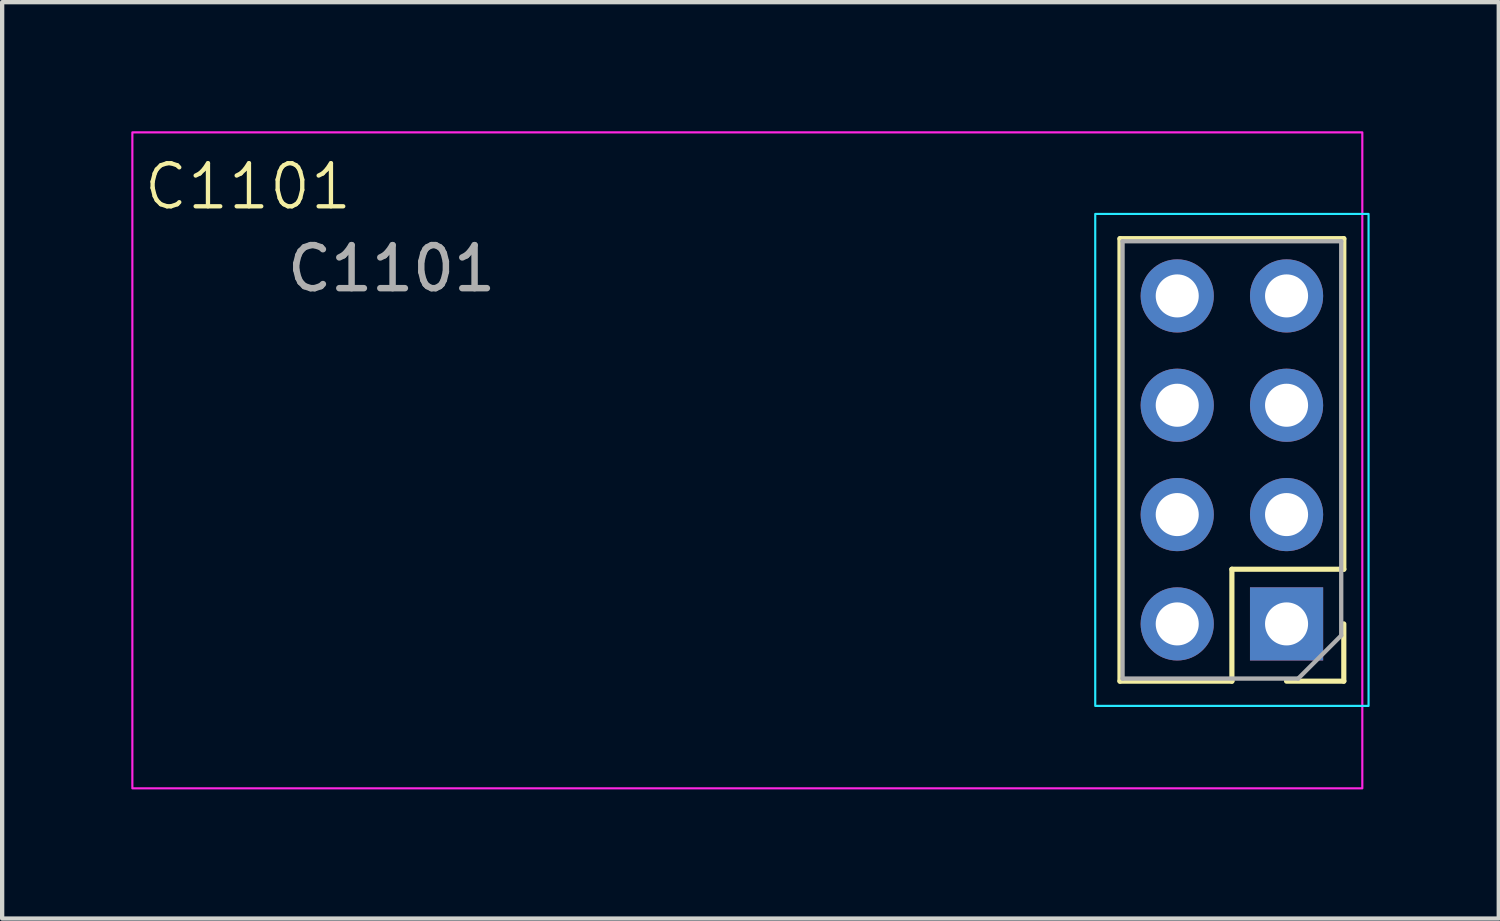
<source format=kicad_pcb>
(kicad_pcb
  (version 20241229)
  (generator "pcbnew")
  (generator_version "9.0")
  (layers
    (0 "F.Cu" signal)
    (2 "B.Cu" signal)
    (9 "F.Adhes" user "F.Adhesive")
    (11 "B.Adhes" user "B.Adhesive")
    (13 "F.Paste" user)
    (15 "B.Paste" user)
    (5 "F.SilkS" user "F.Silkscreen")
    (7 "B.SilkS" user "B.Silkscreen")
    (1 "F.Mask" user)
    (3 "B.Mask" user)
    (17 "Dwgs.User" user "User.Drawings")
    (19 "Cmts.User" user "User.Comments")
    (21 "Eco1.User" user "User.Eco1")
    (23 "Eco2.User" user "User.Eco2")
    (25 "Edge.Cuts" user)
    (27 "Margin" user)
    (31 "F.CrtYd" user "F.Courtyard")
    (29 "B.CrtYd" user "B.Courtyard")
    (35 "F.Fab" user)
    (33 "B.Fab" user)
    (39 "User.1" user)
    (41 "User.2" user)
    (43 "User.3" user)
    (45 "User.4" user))
  (footprint "C1101"
    (layer "F.Cu")
    (at 25.57 7.635)
    (property "Reference" "C1101" (at -22.86 -6.35 0) (unlocked yes) (layer "F.SilkS") (effects (font (size 1 1) (thickness 0.1))))
    (attr through_hole)
    (fp_line (start -2.6 -5.14) (end 2.6 -5.14) (stroke (width 0.12) (type solid)) (layer "F.SilkS"))
    (fp_line (start -2.6 5.14) (end -2.6 -5.14) (stroke (width 0.12) (type solid)) (layer "F.SilkS"))
    (fp_line (start -2.6 5.14) (end 0 5.14) (stroke (width 0.12) (type solid)) (layer "F.SilkS"))
    (fp_line (start 0 2.54) (end 2.6 2.54) (stroke (width 0.12) (type solid)) (layer "F.SilkS"))
    (fp_line (start 0 5.14) (end 0 2.54) (stroke (width 0.12) (type solid)) (layer "F.SilkS"))
    (fp_line (start 1.27 5.14) (end 2.6 5.14) (stroke (width 0.12) (type solid)) (layer "F.SilkS"))
    (fp_line (start 2.6 2.54) (end 2.6 -5.14) (stroke (width 0.12) (type solid)) (layer "F.SilkS"))
    (fp_line (start 2.6 5.14) (end 2.6 3.81) (stroke (width 0.12) (type solid)) (layer "F.SilkS"))
    (fp_rect (start -3.175 -5.715) (end 3.175 5.715) (stroke (width 0.05) (type default)) (fill no) (layer "B.CrtYd"))
    (fp_rect (start 3.03 -7.61) (end -25.545 7.63) (stroke (width 0.05) (type default)) (fill no) (layer "F.CrtYd"))
    (fp_line (start -2.54 -5.08) (end -2.54 5.08) (stroke (width 0.1) (type solid)) (layer "F.Fab"))
    (fp_line (start -2.54 5.08) (end 1.54 5.08) (stroke (width 0.1) (type solid)) (layer "F.Fab"))
    (fp_line (start 1.54 5.08) (end 2.54 4.08) (stroke (width 0.1) (type solid)) (layer "F.Fab"))
    (fp_line (start 2.54 -5.08) (end -2.54 -5.08) (stroke (width 0.1) (type solid)) (layer "F.Fab"))
    (fp_line (start 2.54 4.08) (end 2.54 -5.08) (stroke (width 0.1) (type solid)) (layer "F.Fab"))
    (fp_text user "${REFERENCE}" (at -19.523 -4.445 0) (unlocked yes) (layer "F.Fab") (effects (font (size 1 1) (thickness 0.15))))
    (pad "1" thru_hole rect (at 1.27 3.81) (size 1.7 1.7) (drill 1) (layers "*.Cu" "*.Mask"))
    (pad "2" thru_hole oval (at -1.27 3.81) (size 1.7 1.7) (drill 1) (layers "*.Cu" "*.Mask"))
    (pad "3" thru_hole oval (at 1.27 1.27) (size 1.7 1.7) (drill 1) (layers "*.Cu" "*.Mask"))
    (pad "4" thru_hole oval (at -1.27 1.27) (size 1.7 1.7) (drill 1) (layers "*.Cu" "*.Mask"))
    (pad "5" thru_hole oval (at 1.27 -1.27) (size 1.7 1.7) (drill 1) (layers "*.Cu" "*.Mask"))
    (pad "6" thru_hole oval (at -1.27 -1.27) (size 1.7 1.7) (drill 1) (layers "*.Cu" "*.Mask"))
    (pad "7" thru_hole oval (at 1.27 -3.81) (size 1.7 1.7) (drill 1) (layers "*.Cu" "*.Mask"))
    (pad "8" thru_hole oval (at -1.27 -3.81) (size 1.7 1.7) (drill 1) (layers "*.Cu" "*.Mask")))
  (gr_rect
    (start -3 -3)
    (end 31.77 18.29)
    (stroke (width 0.1) (type default))
    (fill no)
    (layer "Edge.Cuts")))
</source>
